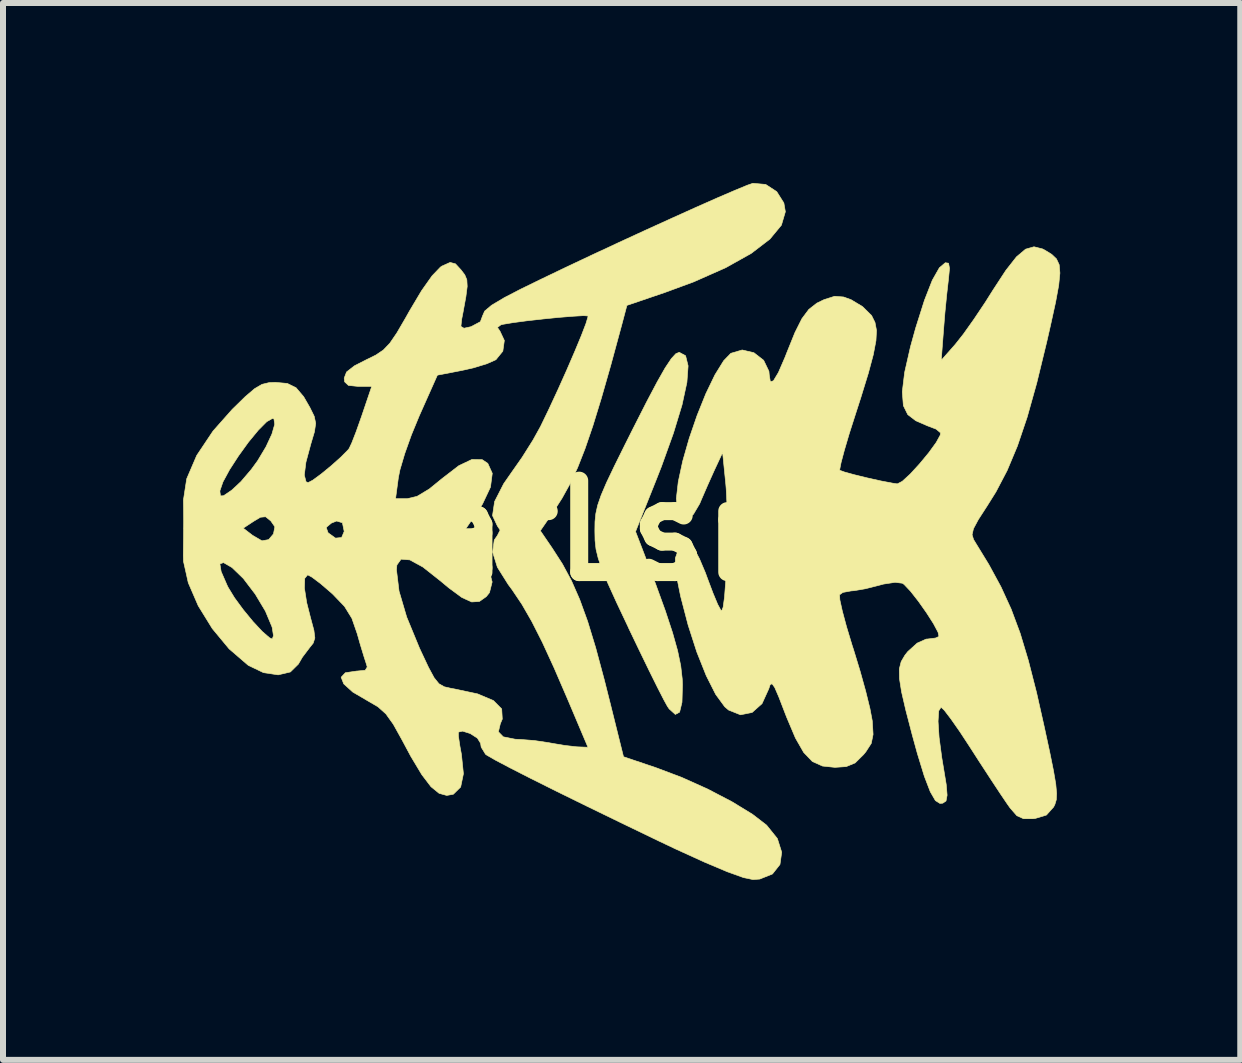
<source format=kicad_pcb>
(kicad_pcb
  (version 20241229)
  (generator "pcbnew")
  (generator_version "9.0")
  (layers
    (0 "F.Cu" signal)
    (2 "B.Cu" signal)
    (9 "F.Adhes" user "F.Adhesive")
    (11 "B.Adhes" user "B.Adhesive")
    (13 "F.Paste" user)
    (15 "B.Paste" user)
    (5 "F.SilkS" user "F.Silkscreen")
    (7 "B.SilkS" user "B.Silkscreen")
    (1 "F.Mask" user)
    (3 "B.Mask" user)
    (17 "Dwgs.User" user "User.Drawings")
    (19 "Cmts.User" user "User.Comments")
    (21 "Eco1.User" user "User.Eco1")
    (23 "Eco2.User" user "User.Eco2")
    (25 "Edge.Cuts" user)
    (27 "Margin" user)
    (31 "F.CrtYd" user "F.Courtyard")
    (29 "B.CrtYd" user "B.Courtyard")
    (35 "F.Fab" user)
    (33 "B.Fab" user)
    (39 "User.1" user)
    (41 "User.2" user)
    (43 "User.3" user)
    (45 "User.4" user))
  (footprint "atLsm"
    (layer "F.Cu")
    (at 7.366 5.796)
    (property "Reference" "atLsm" (at 0 0 0) (layer "F.SilkS") (effects (font (size 1.524 1.524) (thickness 0.3))))
    (attr through_hole)
    (fp_poly (pts (xy 1.011 -2.917) (xy 1.053 -2.748) (xy 1.033 -2.473) (xy 0.952 -2.098) (xy 0.809 -1.628) (xy 0.608 -1.069) (xy 0.52 -0.845) (xy 0.177 0.014) (xy 0.297 0.325) (xy 0.509 0.881) (xy 0.673 1.334) (xy 0.794 1.701) (xy 0.878 2) (xy 0.93 2.25) (xy 0.955 2.469) (xy 0.959 2.567) (xy 0.951 2.859) (xy 0.911 3.024) (xy 0.84 3.062) (xy 0.738 2.97) (xy 0.709 2.928) (xy 0.65 2.821) (xy 0.544 2.614) (xy 0.403 2.33) (xy 0.238 1.99) (xy 0.059 1.617) (xy 0.054 1.604) (xy -0.14 1.194) (xy -0.282 0.881) (xy -0.382 0.644) (xy -0.445 0.46) (xy -0.482 0.307) (xy -0.498 0.162) (xy -0.501 0.004) (xy -0.501 -0.001) (xy -0.499 -0.151) (xy -0.485 -0.286) (xy -0.454 -0.426) (xy -0.397 -0.591) (xy -0.307 -0.802) (xy -0.175 -1.079) (xy 0.005 -1.442) (xy 0.137 -1.705) (xy 0.361 -2.146) (xy 0.537 -2.479) (xy 0.671 -2.715) (xy 0.773 -2.868) (xy 0.848 -2.95) (xy 0.905 -2.974) (xy 1.011 -2.917)) (stroke (width 0.01) (type solid)) (fill yes) (layer "F.SilkS"))
    (fp_poly (pts (xy 6.961 -4.697) (xy 7.001 -4.676) (xy 7.114 -4.606) (xy 7.192 -4.532) (xy 7.238 -4.434) (xy 7.25 -4.294) (xy 7.23 -4.092) (xy 7.178 -3.809) (xy 7.094 -3.426) (xy 7.03 -3.146) (xy 6.864 -2.463) (xy 6.704 -1.892) (xy 6.542 -1.413) (xy 6.371 -1.005) (xy 6.184 -0.648) (xy 6.037 -0.413) (xy 5.889 -0.184) (xy 5.809 -0.034) (xy 5.786 0.067) (xy 5.811 0.147) (xy 5.823 0.167) (xy 6.066 0.564) (xy 6.268 0.936) (xy 6.438 1.308) (xy 6.587 1.708) (xy 6.724 2.163) (xy 6.861 2.699) (xy 6.989 3.268) (xy 7.08 3.689) (xy 7.143 4) (xy 7.181 4.223) (xy 7.195 4.377) (xy 7.19 4.483) (xy 7.166 4.563) (xy 7.145 4.605) (xy 7.025 4.739) (xy 6.837 4.796) (xy 6.802 4.8) (xy 6.644 4.8) (xy 6.533 4.75) (xy 6.42 4.621) (xy 6.37 4.55) (xy 6.257 4.383) (xy 6.096 4.139) (xy 5.909 3.852) (xy 5.754 3.611) (xy 5.583 3.35) (xy 5.434 3.137) (xy 5.324 2.993) (xy 5.269 2.941) (xy 5.23 3.003) (xy 5.219 3.176) (xy 5.236 3.442) (xy 5.281 3.782) (xy 5.308 3.944) (xy 5.355 4.229) (xy 5.37 4.408) (xy 5.352 4.504) (xy 5.298 4.541) (xy 5.25 4.545) (xy 5.175 4.498) (xy 5.089 4.349) (xy 4.99 4.091) (xy 4.875 3.716) (xy 4.789 3.404) (xy 4.682 2.993) (xy 4.611 2.687) (xy 4.576 2.465) (xy 4.573 2.304) (xy 4.604 2.182) (xy 4.666 2.076) (xy 4.714 2.015) (xy 4.871 1.873) (xy 5.021 1.806) (xy 5.041 1.805) (xy 5.178 1.788) (xy 5.234 1.762) (xy 5.219 1.692) (xy 5.143 1.549) (xy 5.026 1.366) (xy 4.891 1.175) (xy 4.76 1.008) (xy 4.654 0.896) (xy 4.625 0.875) (xy 4.503 0.86) (xy 4.311 0.889) (xy 4.225 0.912) (xy 4.008 0.967) (xy 3.82 0.999) (xy 3.77 1.003) (xy 3.633 1.028) (xy 3.577 1.068) (xy 3.582 1.152) (xy 3.623 1.338) (xy 3.693 1.599) (xy 3.787 1.911) (xy 3.812 1.987) (xy 3.919 2.338) (xy 4.013 2.676) (xy 4.084 2.965) (xy 4.122 3.166) (xy 4.123 3.177) (xy 4.136 3.395) (xy 4.106 3.544) (xy 4.015 3.685) (xy 3.979 3.729) (xy 3.837 3.87) (xy 3.689 3.931) (xy 3.5 3.944) (xy 3.292 3.922) (xy 3.124 3.846) (xy 2.98 3.696) (xy 2.842 3.455) (xy 2.694 3.105) (xy 2.67 3.043) (xy 2.566 2.773) (xy 2.497 2.613) (xy 2.452 2.55) (xy 2.42 2.567) (xy 2.397 2.636) (xy 2.285 2.882) (xy 2.12 3.029) (xy 1.926 3.068) (xy 1.728 2.989) (xy 1.663 2.933) (xy 1.513 2.728) (xy 1.355 2.415) (xy 1.198 2.021) (xy 1.053 1.571) (xy 0.928 1.092) (xy 0.842 0.665) (xy 0.84 0.457) (xy 0.898 0.295) (xy 1 0.212) (xy 1.084 0.217) (xy 1.151 0.295) (xy 1.242 0.467) (xy 1.342 0.703) (xy 1.376 0.796) (xy 1.468 1.04) (xy 1.546 1.227) (xy 1.6 1.327) (xy 1.611 1.337) (xy 1.637 1.274) (xy 1.66 1.105) (xy 1.679 0.854) (xy 1.694 0.548) (xy 1.703 0.214) (xy 1.706 -0.122) (xy 1.701 -0.434) (xy 1.688 -0.696) (xy 1.682 -0.769) (xy 1.628 -1.303) (xy 1.488 -1.003) (xy 1.379 -0.76) (xy 1.274 -0.518) (xy 1.246 -0.451) (xy 1.14 -0.272) (xy 1.026 -0.206) (xy 0.925 -0.258) (xy 0.878 -0.345) (xy 0.857 -0.536) (xy 0.889 -0.816) (xy 0.963 -1.16) (xy 1.071 -1.538) (xy 1.203 -1.922) (xy 1.349 -2.285) (xy 1.5 -2.598) (xy 1.646 -2.834) (xy 1.765 -2.957) (xy 1.954 -3.013) (xy 2.15 -2.967) (xy 2.312 -2.841) (xy 2.4 -2.658) (xy 2.406 -2.592) (xy 2.424 -2.483) (xy 2.475 -2.499) (xy 2.558 -2.637) (xy 2.669 -2.893) (xy 2.699 -2.97) (xy 2.834 -3.304) (xy 2.95 -3.535) (xy 3.065 -3.689) (xy 3.198 -3.793) (xy 3.317 -3.851) (xy 3.495 -3.908) (xy 3.645 -3.896) (xy 3.771 -3.85) (xy 3.96 -3.736) (xy 4.108 -3.59) (xy 4.114 -3.581) (xy 4.168 -3.472) (xy 4.193 -3.34) (xy 4.184 -3.168) (xy 4.14 -2.936) (xy 4.057 -2.626) (xy 3.932 -2.22) (xy 3.843 -1.944) (xy 3.739 -1.619) (xy 3.657 -1.341) (xy 3.602 -1.134) (xy 3.58 -1.021) (xy 3.582 -1.007) (xy 3.658 -0.979) (xy 3.825 -0.933) (xy 4.042 -0.88) (xy 4.267 -0.83) (xy 4.461 -0.793) (xy 4.54 -0.781) (xy 4.623 -0.824) (xy 4.756 -0.946) (xy 4.911 -1.115) (xy 5.064 -1.3) (xy 5.188 -1.471) (xy 5.256 -1.595) (xy 5.26 -1.632) (xy 5.186 -1.694) (xy 5.038 -1.75) (xy 5.037 -1.751) (xy 4.848 -1.833) (xy 4.714 -1.936) (xy 4.641 -2.085) (xy 4.623 -2.316) (xy 4.662 -2.639) (xy 4.759 -3.065) (xy 4.845 -3.376) (xy 4.992 -3.84) (xy 5.123 -4.175) (xy 5.241 -4.383) (xy 5.34 -4.467) (xy 5.394 -4.459) (xy 5.41 -4.374) (xy 5.392 -4.184) (xy 5.39 -4.17) (xy 5.363 -3.932) (xy 5.333 -3.628) (xy 5.31 -3.342) (xy 5.272 -2.841) (xy 5.506 -3.106) (xy 5.641 -3.277) (xy 5.817 -3.525) (xy 6.008 -3.81) (xy 6.128 -4.001) (xy 6.348 -4.338) (xy 6.526 -4.565) (xy 6.678 -4.693) (xy 6.818 -4.733) (xy 6.961 -4.697)) (stroke (width 0.01) (type solid)) (fill yes) (layer "F.SilkS"))
    (fp_poly (pts (xy 2.346 -5.772) (xy 2.53 -5.652) (xy 2.649 -5.463) (xy 2.674 -5.317) (xy 2.608 -5.093) (xy 2.416 -4.861) (xy 2.104 -4.622) (xy 1.679 -4.384) (xy 1.146 -4.148) (xy 0.668 -3.972) (xy 0.033 -3.756) (xy -0.053 -3.432) (xy -0.235 -2.762) (xy -0.394 -2.206) (xy -0.535 -1.747) (xy -0.665 -1.367) (xy -0.789 -1.051) (xy -0.915 -0.782) (xy -1.048 -0.542) (xy -1.194 -0.314) (xy -1.202 -0.302) (xy -1.41 0) (xy -1.216 0.284) (xy -1.042 0.554) (xy -0.891 0.834) (xy -0.754 1.146) (xy -0.622 1.51) (xy -0.488 1.949) (xy -0.344 2.485) (xy -0.247 2.87) (xy -0.024 3.767) (xy 0.516 3.949) (xy 0.946 4.111) (xy 1.38 4.306) (xy 1.784 4.517) (xy 2.126 4.726) (xy 2.361 4.907) (xy 2.541 5.131) (xy 2.613 5.359) (xy 2.584 5.563) (xy 2.459 5.721) (xy 2.247 5.806) (xy 2.134 5.814) (xy 1.976 5.781) (xy 1.706 5.684) (xy 1.327 5.524) (xy 0.842 5.303) (xy 0.568 5.173) (xy -0.058 4.871) (xy -0.63 4.593) (xy -1.137 4.344) (xy -1.568 4.129) (xy -1.913 3.953) (xy -2.161 3.822) (xy -2.303 3.74) (xy -2.323 3.726) (xy -2.396 3.606) (xy -2.406 3.542) (xy -2.459 3.457) (xy -2.579 3.38) (xy -2.706 3.34) (xy -2.776 3.356) (xy -2.775 3.426) (xy -2.751 3.588) (xy -2.725 3.729) (xy -2.692 4.05) (xy -2.738 4.272) (xy -2.86 4.392) (xy -2.97 4.412) (xy -3.097 4.377) (xy -3.233 4.266) (xy -3.386 4.065) (xy -3.569 3.76) (xy -3.715 3.487) (xy -3.86 3.226) (xy -3.984 3.053) (xy -4.117 2.934) (xy -4.278 2.84) (xy -4.536 2.689) (xy -4.687 2.552) (xy -4.73 2.442) (xy -4.66 2.367) (xy -4.472 2.339) (xy -4.467 2.339) (xy -4.329 2.326) (xy -4.295 2.271) (xy -4.309 2.223) (xy -4.35 2.096) (xy -4.412 1.892) (xy -4.462 1.716) (xy -4.551 1.46) (xy -4.674 1.261) (xy -4.869 1.058) (xy -4.899 1.031) (xy -5.075 0.88) (xy -5.216 0.774) (xy -5.288 0.735) (xy -5.337 0.794) (xy -5.342 0.957) (xy -5.304 1.2) (xy -5.241 1.448) (xy -5.184 1.66) (xy -5.168 1.788) (xy -5.196 1.874) (xy -5.252 1.944) (xy -5.376 2.108) (xy -5.443 2.223) (xy -5.576 2.354) (xy -5.78 2.402) (xy -6.025 2.365) (xy -6.275 2.245) (xy -6.287 2.236) (xy -6.597 1.969) (xy -6.878 1.63) (xy -7.112 1.251) (xy -7.278 0.867) (xy -7.348 0.553) (xy -6.751 0.553) (xy -6.73 0.681) (xy -6.628 0.915) (xy -6.613 0.945) (xy -6.508 1.117) (xy -6.361 1.317) (xy -6.198 1.515) (xy -6.044 1.68) (xy -5.924 1.784) (xy -5.878 1.805) (xy -5.858 1.749) (xy -5.879 1.614) (xy -5.884 1.598) (xy -5.992 1.34) (xy -6.162 1.056) (xy -6.36 0.796) (xy -6.548 0.614) (xy -6.691 0.531) (xy -6.751 0.553) (xy -7.348 0.553) (xy -7.358 0.511) (xy -7.361 0.409) (xy -7.357 0.09) (xy -7.356 -0.043) (xy -6.362 -0.043) (xy -6.206 0.077) (xy -6.05 0.168) (xy -5.938 0.148) (xy -5.858 0.053) (xy -5.837 -0.055) (xy -4.979 -0.055) (xy -4.949 0.031) (xy -4.942 0.038) (xy -4.824 0.123) (xy -4.722 0.113) (xy -4.679 0.011) (xy -4.709 -0.133) (xy -4.805 -0.162) (xy -4.893 -0.127) (xy -4.979 -0.055) (xy -5.837 -0.055) (xy -5.835 -0.066) (xy -5.902 -0.163) (xy -5.989 -0.233) (xy -6.075 -0.225) (xy -6.187 -0.158) (xy -6.362 -0.043) (xy -7.356 -0.043) (xy -7.355 -0.154) (xy -7.357 -0.381) (xy -7.359 -0.511) (xy -7.355 -0.535) (xy -3.823 -0.535) (xy -3.626 -0.535) (xy -3.465 -0.573) (xy -3.262 -0.695) (xy -3.048 -0.869) (xy -2.769 -1.084) (xy -2.55 -1.188) (xy -2.379 -1.185) (xy -2.286 -1.123) (xy -2.211 -0.957) (xy -2.241 -0.727) (xy -2.373 -0.447) (xy -2.438 -0.346) (xy -2.67 -0.008) (xy -2.438 0.337) (xy -2.272 0.627) (xy -2.213 0.854) (xy -2.258 1.032) (xy -2.311 1.098) (xy -2.426 1.179) (xy -2.554 1.187) (xy -2.717 1.113) (xy -2.937 0.951) (xy -3.075 0.836) (xy -3.366 0.606) (xy -3.585 0.486) (xy -3.731 0.474) (xy -3.801 0.571) (xy -3.808 0.652) (xy -3.765 1.007) (xy -3.638 1.438) (xy -3.425 1.955) (xy -3.4 2.009) (xy -3.273 2.279) (xy -3.18 2.451) (xy -3.1 2.55) (xy -3.011 2.601) (xy -2.893 2.628) (xy -2.851 2.635) (xy -2.456 2.719) (xy -2.191 2.831) (xy -2.054 2.97) (xy -2.044 3.139) (xy -2.077 3.217) (xy -2.109 3.351) (xy -2.028 3.435) (xy -1.828 3.475) (xy -1.738 3.479) (xy -1.509 3.497) (xy -1.262 3.534) (xy -1.237 3.539) (xy -1.015 3.577) (xy -0.818 3.6) (xy -0.792 3.602) (xy -0.616 3.609) (xy -0.948 2.824) (xy -1.179 2.289) (xy -1.377 1.858) (xy -1.553 1.511) (xy -1.717 1.226) (xy -1.881 0.982) (xy -1.945 0.896) (xy -2.126 0.608) (xy -2.205 0.356) (xy -2.178 0.155) (xy -2.126 0.08) (xy -2.08 -0.011) (xy -2.126 -0.08) (xy -2.207 -0.252) (xy -2.172 -0.487) (xy -2.021 -0.783) (xy -1.898 -0.96) (xy -1.713 -1.224) (xy -1.533 -1.51) (xy -1.407 -1.737) (xy -1.265 -2.031) (xy -1.116 -2.352) (xy -0.97 -2.678) (xy -0.837 -2.986) (xy -0.727 -3.251) (xy -0.65 -3.452) (xy -0.616 -3.565) (xy -0.617 -3.58) (xy -0.69 -3.585) (xy -0.862 -3.575) (xy -1.1 -3.556) (xy -1.369 -3.529) (xy -1.636 -3.499) (xy -1.868 -3.468) (xy -2.03 -3.441) (xy -2.067 -3.432) (xy -2.125 -3.388) (xy -2.083 -3.327) (xy -2.01 -3.171) (xy -2.035 -2.993) (xy -2.151 -2.85) (xy -2.156 -2.848) (xy -2.302 -2.783) (xy -2.525 -2.715) (xy -2.716 -2.672) (xy -3.126 -2.593) (xy -3.428 -1.915) (xy -3.559 -1.597) (xy -3.671 -1.283) (xy -3.75 -1.016) (xy -3.776 -0.886) (xy -3.823 -0.535) (xy -7.355 -0.535) (xy -7.337 -0.653) (xy -6.751 -0.653) (xy -6.741 -0.581) (xy -6.691 -0.583) (xy -6.571 -0.664) (xy -6.549 -0.68) (xy -6.399 -0.82) (xy -6.227 -1.022) (xy -6.122 -1.166) (xy -5.982 -1.4) (xy -5.884 -1.611) (xy -5.837 -1.774) (xy -5.85 -1.863) (xy -5.874 -1.872) (xy -5.97 -1.818) (xy -6.11 -1.677) (xy -6.275 -1.477) (xy -6.441 -1.247) (xy -6.59 -1.017) (xy -6.7 -0.814) (xy -6.75 -0.669) (xy -6.751 -0.653) (xy -7.337 -0.653) (xy -7.304 -0.866) (xy -7.137 -1.255) (xy -6.865 -1.662) (xy -6.546 -2.022) (xy -6.328 -2.235) (xy -6.172 -2.368) (xy -6.049 -2.44) (xy -5.929 -2.469) (xy -5.827 -2.473) (xy -5.627 -2.455) (xy -5.482 -2.384) (xy -5.354 -2.233) (xy -5.251 -2.054) (xy -5.179 -1.908) (xy -5.154 -1.791) (xy -5.175 -1.649) (xy -5.234 -1.451) (xy -5.317 -1.143) (xy -5.344 -0.928) (xy -5.315 -0.816) (xy -5.281 -0.802) (xy -5.202 -0.843) (xy -5.061 -0.947) (xy -4.893 -1.085) (xy -4.734 -1.227) (xy -4.618 -1.344) (xy -4.597 -1.37) (xy -4.553 -1.463) (xy -4.482 -1.645) (xy -4.398 -1.882) (xy -4.384 -1.922) (xy -4.22 -2.406) (xy -4.45 -2.406) (xy -4.608 -2.422) (xy -4.672 -2.482) (xy -4.679 -2.544) (xy -4.64 -2.646) (xy -4.508 -2.749) (xy -4.316 -2.847) (xy -4.152 -2.928) (xy -4.027 -3.012) (xy -3.918 -3.126) (xy -3.802 -3.296) (xy -3.655 -3.548) (xy -3.591 -3.662) (xy -3.39 -4) (xy -3.214 -4.249) (xy -3.075 -4.394) (xy -3.048 -4.412) (xy -2.914 -4.472) (xy -2.825 -4.449) (xy -2.732 -4.348) (xy -2.669 -4.265) (xy -2.635 -4.183) (xy -2.629 -4.072) (xy -2.651 -3.9) (xy -2.699 -3.637) (xy -2.72 -3.53) (xy -2.734 -3.406) (xy -2.683 -3.375) (xy -2.565 -3.401) (xy -2.409 -3.484) (xy -2.373 -3.581) (xy -2.338 -3.661) (xy -2.223 -3.758) (xy -2.012 -3.884) (xy -1.738 -4.026) (xy -1.398 -4.192) (xy -1.002 -4.382) (xy -0.568 -4.587) (xy -0.113 -4.799) (xy 0.343 -5.009) (xy 0.785 -5.21) (xy 1.193 -5.394) (xy 1.55 -5.552) (xy 1.839 -5.676) (xy 2.04 -5.759) (xy 2.133 -5.791) (xy 2.346 -5.772)) (stroke (width 0.01) (type solid)) (fill yes) (layer "F.SilkS")))
  (gr_rect
    (start -3 -3)
    (end 17.622 14.615)
    (stroke (width 0.1) (type default))
    (fill no)
    (layer "Edge.Cuts")))
</source>
